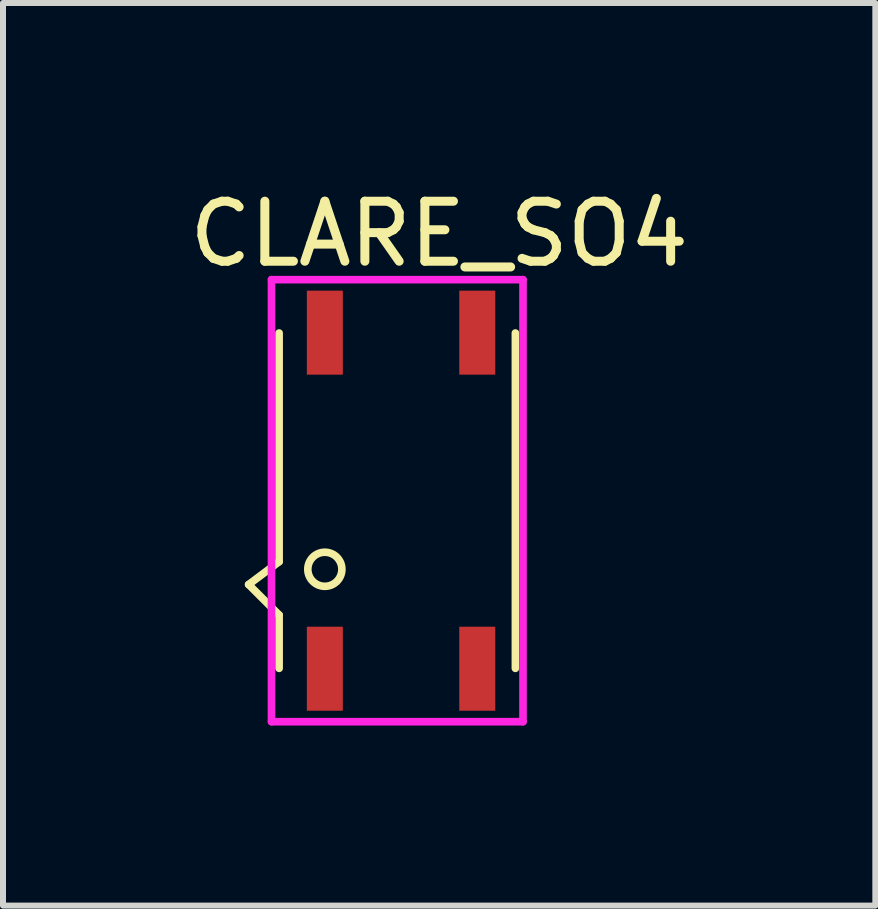
<source format=kicad_pcb>
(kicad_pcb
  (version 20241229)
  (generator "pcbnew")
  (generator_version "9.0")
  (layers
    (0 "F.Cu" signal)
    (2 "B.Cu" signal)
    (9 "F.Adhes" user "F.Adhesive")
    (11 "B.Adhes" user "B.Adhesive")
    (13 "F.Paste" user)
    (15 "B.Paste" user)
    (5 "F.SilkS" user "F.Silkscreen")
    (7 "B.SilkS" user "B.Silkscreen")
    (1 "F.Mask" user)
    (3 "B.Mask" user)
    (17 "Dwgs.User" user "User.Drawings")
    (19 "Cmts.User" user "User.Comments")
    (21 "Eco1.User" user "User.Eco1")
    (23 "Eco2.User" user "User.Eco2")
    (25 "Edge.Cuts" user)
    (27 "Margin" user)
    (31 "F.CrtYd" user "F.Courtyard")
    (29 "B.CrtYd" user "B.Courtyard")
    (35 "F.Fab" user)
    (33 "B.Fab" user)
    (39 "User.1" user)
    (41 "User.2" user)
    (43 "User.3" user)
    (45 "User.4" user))
  (footprint "CLARE_SO4"
    (layer "F.Cu")
    (at 3.633 5.293)
    (property "Reference" "CLARE_SO4" (at 0.635 -4.445 0) (layer "F.SilkS") (effects (font (size 1 1) (thickness 0.15))))
    (attr smd)
    (fp_line (start -2.54 1.397) (end -2.032 1.905) (stroke (width 0.127) (type solid)) (layer "F.SilkS"))
    (fp_line (start -2.032 -2.794) (end -2.032 1.016) (stroke (width 0.127) (type solid)) (layer "F.SilkS"))
    (fp_line (start -2.032 1.016) (end -2.54 1.397) (stroke (width 0.127) (type solid)) (layer "F.SilkS"))
    (fp_line (start -2.032 1.905) (end -2.032 2.794) (stroke (width 0.127) (type solid)) (layer "F.SilkS"))
    (fp_line (start 1.905 -2.794) (end 1.905 2.794) (stroke (width 0.127) (type solid)) (layer "F.SilkS"))
    (fp_circle (center -1.27 1.143) (end -0.986 1.143) (stroke (width 0.127) (type solid)) (fill no) (layer "F.SilkS"))
    (fp_line (start -2.159 -3.683) (end 2.032 -3.683) (stroke (width 0.127) (type solid)) (layer "F.CrtYd"))
    (fp_line (start -2.159 3.683) (end -2.159 -3.683) (stroke (width 0.127) (type solid)) (layer "F.CrtYd"))
    (fp_line (start 2.032 -3.683) (end 2.032 3.683) (stroke (width 0.127) (type solid)) (layer "F.CrtYd"))
    (fp_line (start 2.032 3.683) (end -2.159 3.683) (stroke (width 0.127) (type solid)) (layer "F.CrtYd"))
    (pad "1" smd rect (at -1.27 2.8 90) (size 1.4 0.6) (layers "F.Cu" "F.Mask" "F.Paste"))
    (pad "2" smd rect (at 1.27 2.8 90) (size 1.4 0.6) (layers "F.Cu" "F.Mask" "F.Paste"))
    (pad "3" smd rect (at 1.27 -2.8 90) (size 1.4 0.6) (layers "F.Cu" "F.Mask" "F.Paste"))
    (pad "4" smd rect (at -1.27 -2.8 90) (size 1.4 0.6) (layers "F.Cu" "F.Mask" "F.Paste")))
  (gr_rect
    (start -3 -3)
    (end 11.536 12.04)
    (stroke (width 0.1) (type default))
    (fill no)
    (layer "Edge.Cuts")))
</source>
